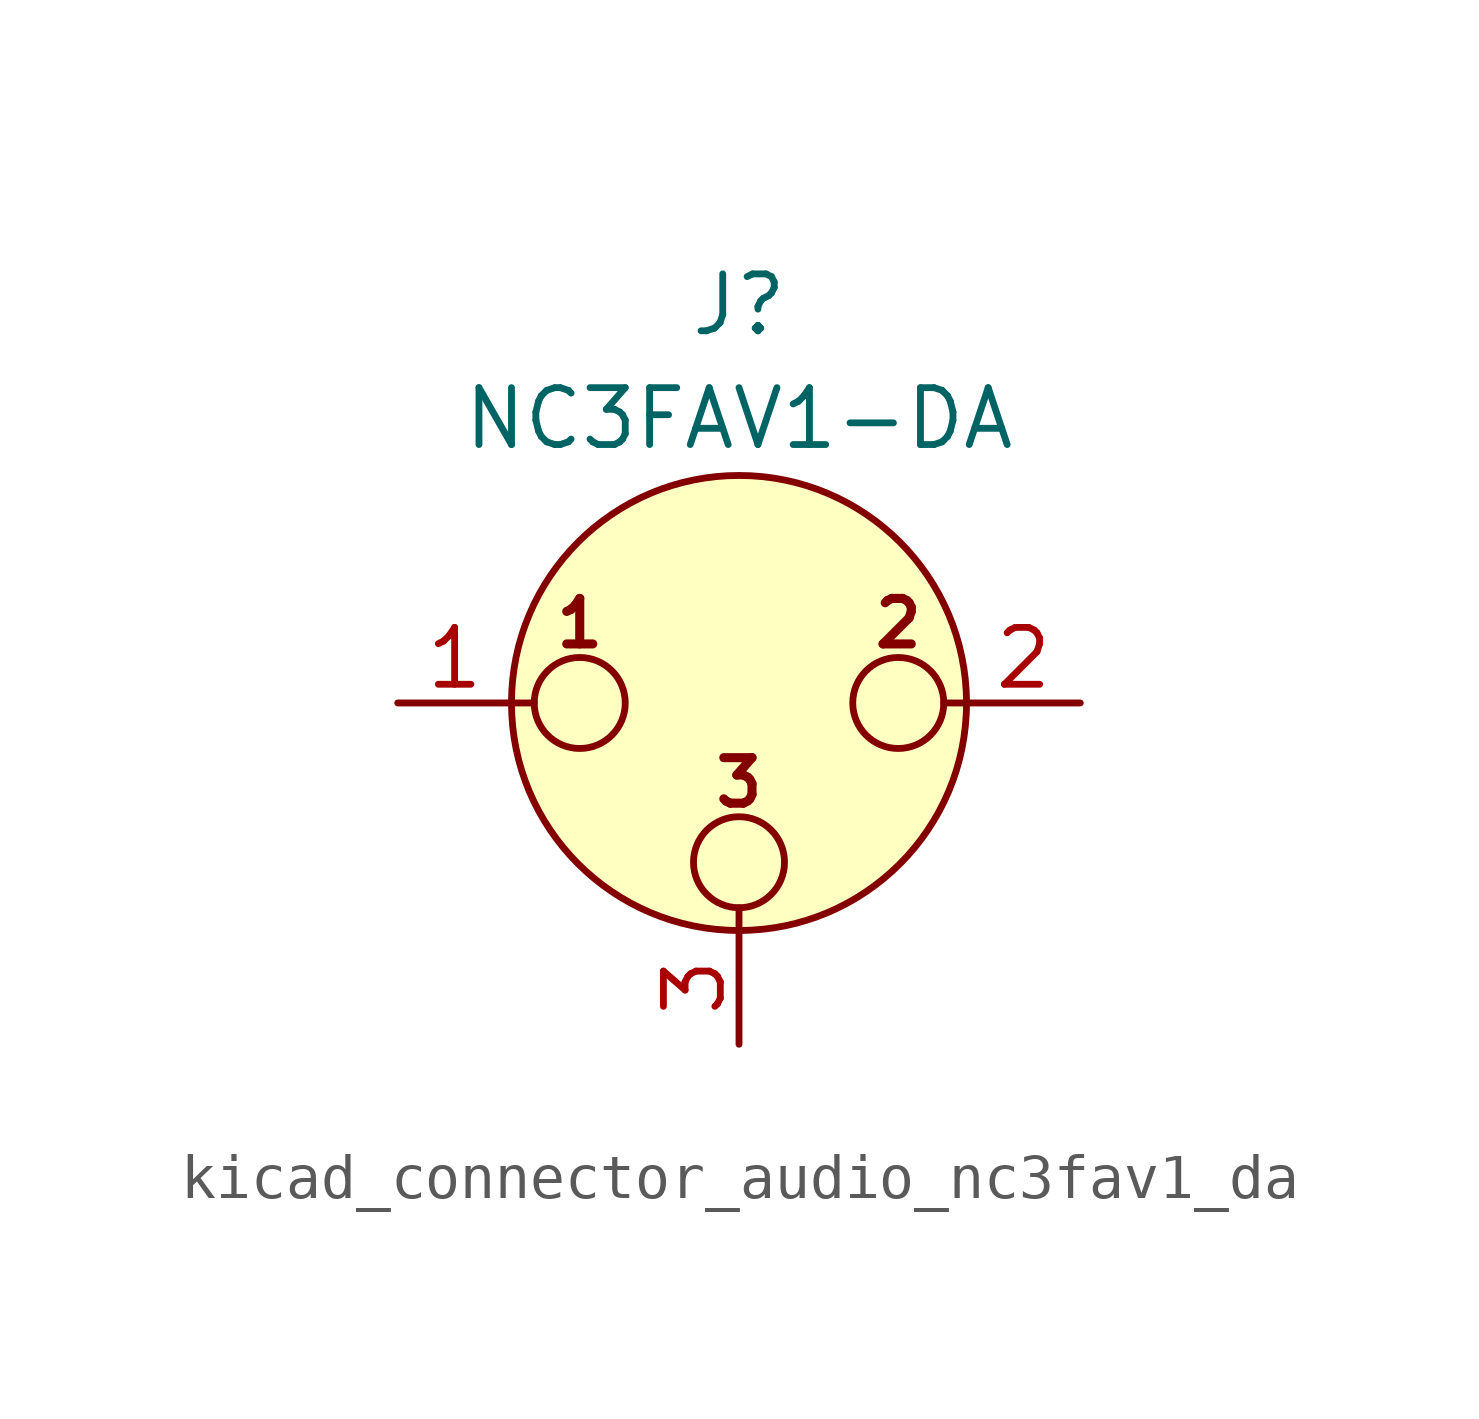
<source format=kicad_sym>
(kicad_symbol_lib
  (version 20220914)
  (generator kicad_symbol_editor)
  (symbol "kicad_connector_audio_nc3fav1_da"
    (pin_names hide)
    (property "Reference" "J"
      (at 0 8.89 0)
      (effects (font (size 1.27 1.27))))
    (property "Value" "NC3FAV1-DA"
      (at 0 6.35 0)
      (effects (font (size 1.27 1.27))))
    (symbol "kicad_connector_audio_nc3fav1_da_0_1"
      (circle (center -3.556 0) (radius 1.016) (stroke (width 0) (type default)) (fill (type none)))
      (circle (center 0 -3.556) (radius 1.016) (stroke (width 0) (type default)) (fill (type none)))
      (polyline (pts (xy -5.08 0) (xy -4.572 0)) (stroke (width 0) (type default)) (fill (type none)))
      (polyline (pts (xy 0 -5.08) (xy 0 -4.572)) (stroke (width 0) (type default)) (fill (type none)))
      (polyline (pts (xy 5.08 0) (xy 4.572 0)) (stroke (width 0) (type default)) (fill (type none)))
      (circle (center 0 0) (radius 5.08) (stroke (width 0) (type default)) (fill (type background)))
      (circle (center 3.556 0) (radius 1.016) (stroke (width 0) (type default)) (fill (type none)))
      (text "1" (at -3.556 1.778 0) (effects (font (size 1.016 1.016) bold)))
      (text "2" (at 3.556 1.778 0) (effects (font (size 1.016 1.016) bold)))
      (text "3" (at 0 -1.778 0) (effects (font (size 1.016 1.016) bold)))
      (pin passive line (at -7.62 0 0) (length 2.54) (name "~" (effects (font (size 1.27 1.27)))) (number "1" (effects (font (size 1.27 1.27)))))
      (pin passive line (at 7.62 0 180) (length 2.54) (name "~" (effects (font (size 1.27 1.27)))) (number "2" (effects (font (size 1.27 1.27)))))
      (pin passive line (at 0 -7.62 90) (length 2.54) (name "~" (effects (font (size 1.27 1.27)))) (number "3" (effects (font (size 1.27 1.27))))))))
</source>
